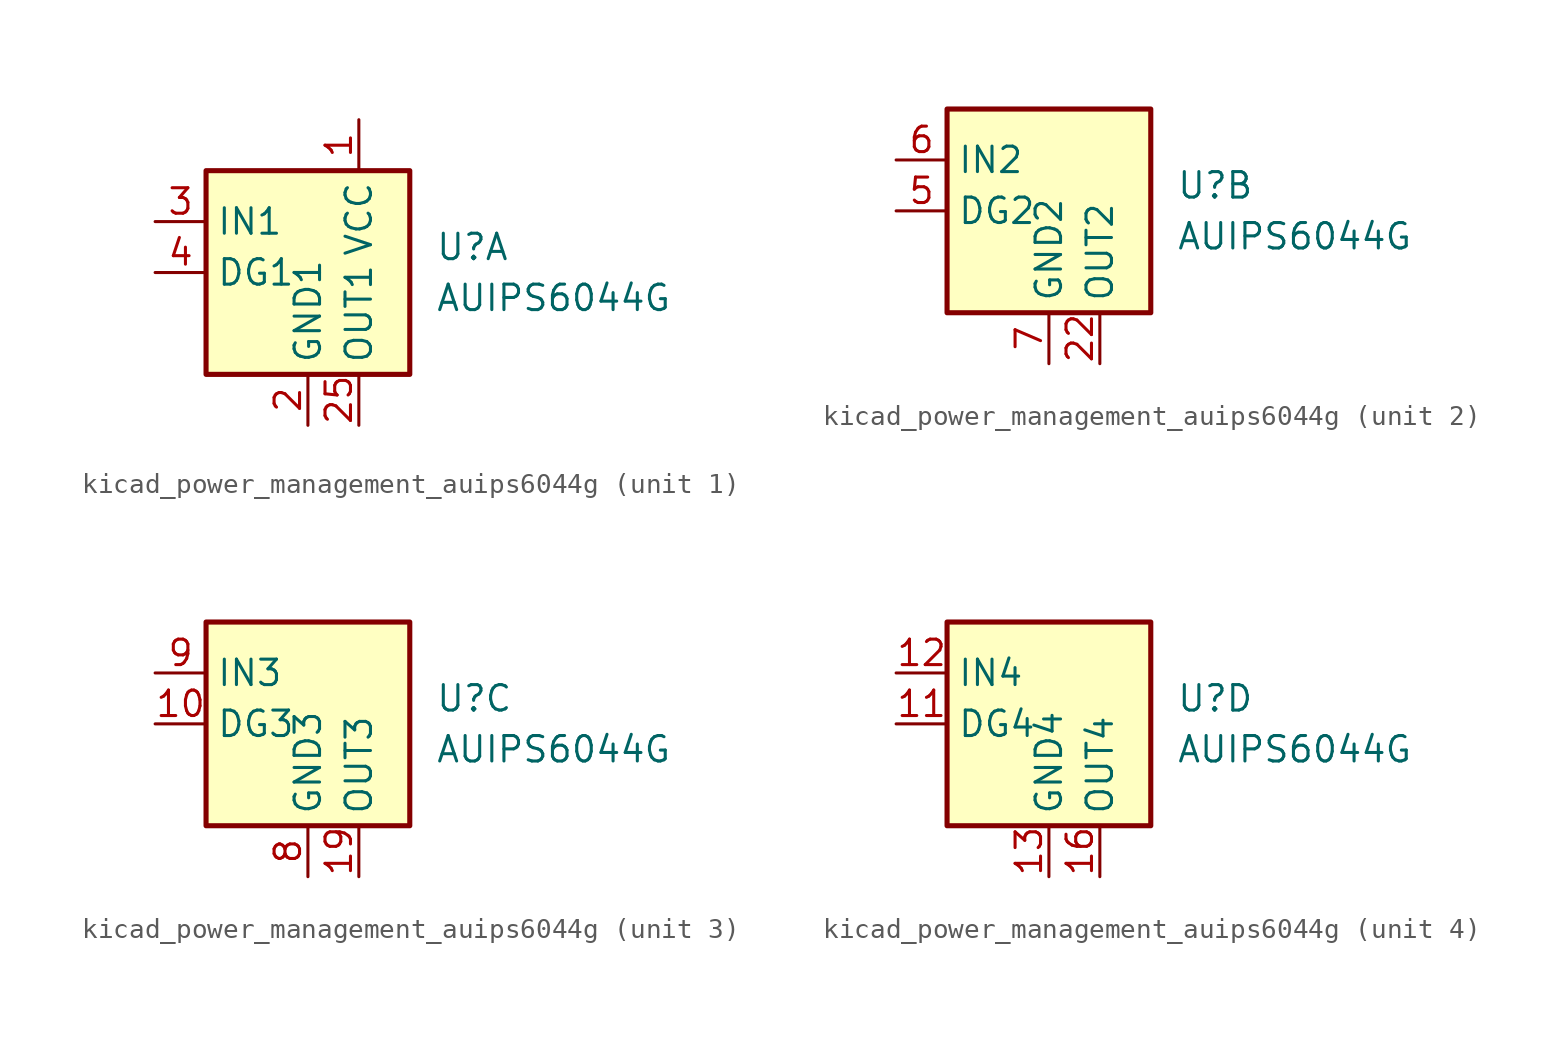
<source format=kicad_sym>
(kicad_symbol_lib
  (version 20220914)
  (generator kicad_symbol_editor)
  (symbol "kicad_power_management_auips6044g"
    (property "Reference" "U"
      (at 3.81 1.27 0)
      (effects (font (size 1.27 1.27)) (justify left)))
    (property "Value" "AUIPS6044G"
      (at 3.81 -1.27 0)
      (effects (font (size 1.27 1.27)) (justify left)))
    (symbol "kicad_power_management_auips6044g_0_1"
      (rectangle (start -7.62 5.08) (end 2.54 -5.08) (stroke (width 0.254) (type default)) (fill (type background))))
    (symbol "kicad_power_management_auips6044g_1_1"
      (pin power_in line (at 0 7.62 270) (length 2.54) (name "VCC" (effects (font (size 1.27 1.27)))) (number "1" (effects (font (size 1.27 1.27)))))
      (pin passive line (at 0 7.62 270) (length 2.54) hide (name "VCC" (effects (font (size 1.27 1.27)))) (number "14" (effects (font (size 1.27 1.27)))))
      (pin passive line (at 0 7.62 270) (length 2.54) hide (name "VCC" (effects (font (size 1.27 1.27)))) (number "15" (effects (font (size 1.27 1.27)))))
      (pin power_in line (at -2.54 -7.62 90) (length 2.54) (name "GND1" (effects (font (size 1.27 1.27)))) (number "2" (effects (font (size 1.27 1.27)))))
      (pin power_out line (at 0 -7.62 90) (length 2.54) (name "OUT1" (effects (font (size 1.27 1.27)))) (number "25" (effects (font (size 1.27 1.27)))))
      (pin passive line (at 0 -7.62 90) (length 2.54) hide (name "OUT1" (effects (font (size 1.27 1.27)))) (number "26" (effects (font (size 1.27 1.27)))))
      (pin passive line (at 0 -7.62 90) (length 2.54) hide (name "OUT1" (effects (font (size 1.27 1.27)))) (number "27" (effects (font (size 1.27 1.27)))))
      (pin passive line (at 0 7.62 270) (length 2.54) hide (name "VCC" (effects (font (size 1.27 1.27)))) (number "28" (effects (font (size 1.27 1.27)))))
      (pin input line (at -10.16 2.54 0) (length 2.54) (name "IN1" (effects (font (size 1.27 1.27)))) (number "3" (effects (font (size 1.27 1.27)))))
      (pin open_collector line (at -10.16 0 0) (length 2.54) (name "DG1" (effects (font (size 1.27 1.27)))) (number "4" (effects (font (size 1.27 1.27))))))
    (symbol "kicad_power_management_auips6044g_2_1"
      (pin power_out line (at 0 -7.62 90) (length 2.54) (name "OUT2" (effects (font (size 1.27 1.27)))) (number "22" (effects (font (size 1.27 1.27)))))
      (pin passive line (at 0 -7.62 90) (length 2.54) hide (name "OUT2" (effects (font (size 1.27 1.27)))) (number "23" (effects (font (size 1.27 1.27)))))
      (pin passive line (at 0 -7.62 90) (length 2.54) hide (name "OUT2" (effects (font (size 1.27 1.27)))) (number "24" (effects (font (size 1.27 1.27)))))
      (pin open_collector line (at -10.16 0 0) (length 2.54) (name "DG2" (effects (font (size 1.27 1.27)))) (number "5" (effects (font (size 1.27 1.27)))))
      (pin input line (at -10.16 2.54 0) (length 2.54) (name "IN2" (effects (font (size 1.27 1.27)))) (number "6" (effects (font (size 1.27 1.27)))))
      (pin power_in line (at -2.54 -7.62 90) (length 2.54) (name "GND2" (effects (font (size 1.27 1.27)))) (number "7" (effects (font (size 1.27 1.27))))))
    (symbol "kicad_power_management_auips6044g_3_1"
      (pin open_collector line (at -10.16 0 0) (length 2.54) (name "DG3" (effects (font (size 1.27 1.27)))) (number "10" (effects (font (size 1.27 1.27)))))
      (pin power_out line (at 0 -7.62 90) (length 2.54) (name "OUT3" (effects (font (size 1.27 1.27)))) (number "19" (effects (font (size 1.27 1.27)))))
      (pin passive line (at 0 -7.62 90) (length 2.54) hide (name "OUT3" (effects (font (size 1.27 1.27)))) (number "20" (effects (font (size 1.27 1.27)))))
      (pin passive line (at 0 -7.62 90) (length 2.54) hide (name "OUT3" (effects (font (size 1.27 1.27)))) (number "21" (effects (font (size 1.27 1.27)))))
      (pin power_in line (at -2.54 -7.62 90) (length 2.54) (name "GND3" (effects (font (size 1.27 1.27)))) (number "8" (effects (font (size 1.27 1.27)))))
      (pin input line (at -10.16 2.54 0) (length 2.54) (name "IN3" (effects (font (size 1.27 1.27)))) (number "9" (effects (font (size 1.27 1.27))))))
    (symbol "kicad_power_management_auips6044g_4_1"
      (pin open_collector line (at -10.16 0 0) (length 2.54) (name "DG4" (effects (font (size 1.27 1.27)))) (number "11" (effects (font (size 1.27 1.27)))))
      (pin input line (at -10.16 2.54 0) (length 2.54) (name "IN4" (effects (font (size 1.27 1.27)))) (number "12" (effects (font (size 1.27 1.27)))))
      (pin power_in line (at -2.54 -7.62 90) (length 2.54) (name "GND4" (effects (font (size 1.27 1.27)))) (number "13" (effects (font (size 1.27 1.27)))))
      (pin power_out line (at 0 -7.62 90) (length 2.54) (name "OUT4" (effects (font (size 1.27 1.27)))) (number "16" (effects (font (size 1.27 1.27)))))
      (pin passive line (at 0 -7.62 90) (length 2.54) hide (name "OUT4" (effects (font (size 1.27 1.27)))) (number "17" (effects (font (size 1.27 1.27)))))
      (pin passive line (at 0 -7.62 90) (length 2.54) hide (name "OUT4" (effects (font (size 1.27 1.27)))) (number "18" (effects (font (size 1.27 1.27))))))))
</source>
